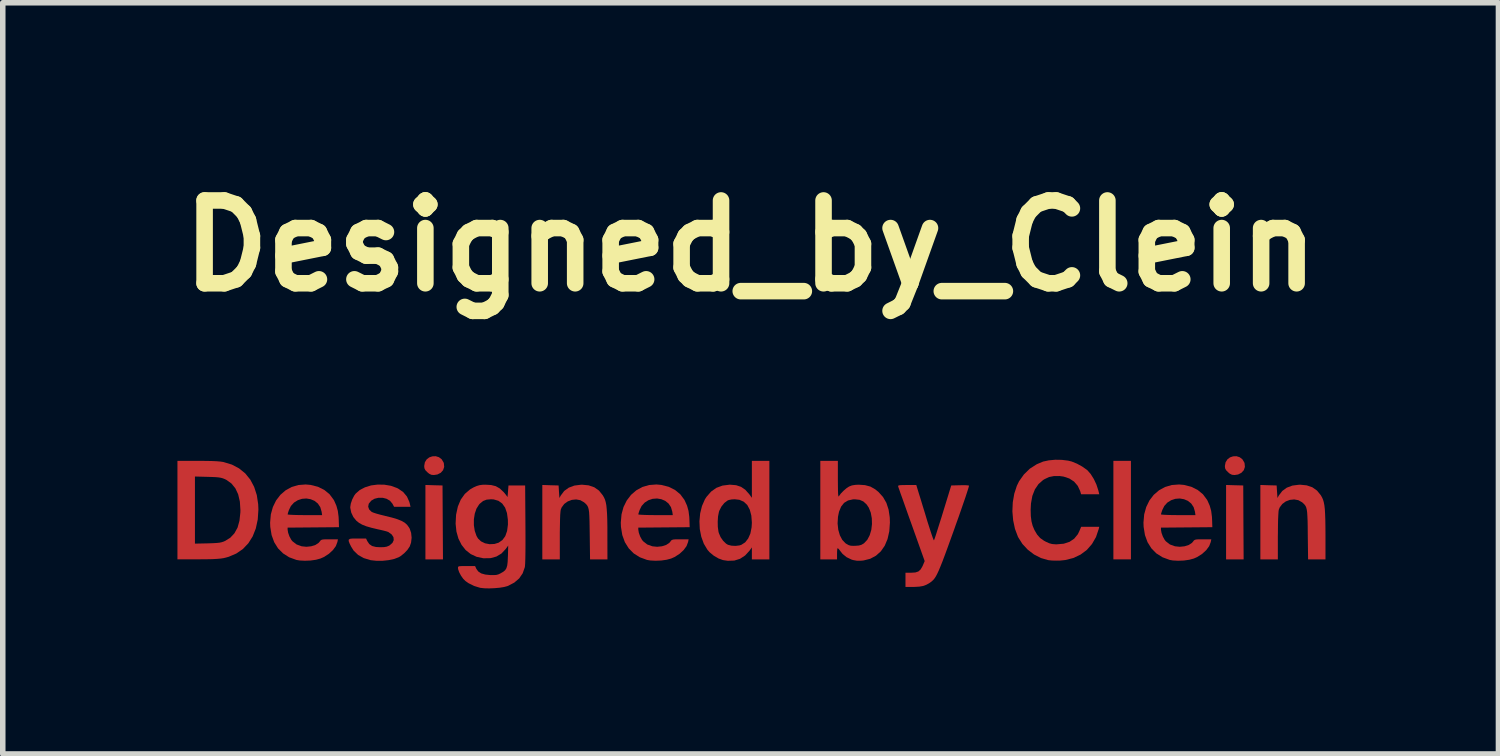
<source format=kicad_pcb>
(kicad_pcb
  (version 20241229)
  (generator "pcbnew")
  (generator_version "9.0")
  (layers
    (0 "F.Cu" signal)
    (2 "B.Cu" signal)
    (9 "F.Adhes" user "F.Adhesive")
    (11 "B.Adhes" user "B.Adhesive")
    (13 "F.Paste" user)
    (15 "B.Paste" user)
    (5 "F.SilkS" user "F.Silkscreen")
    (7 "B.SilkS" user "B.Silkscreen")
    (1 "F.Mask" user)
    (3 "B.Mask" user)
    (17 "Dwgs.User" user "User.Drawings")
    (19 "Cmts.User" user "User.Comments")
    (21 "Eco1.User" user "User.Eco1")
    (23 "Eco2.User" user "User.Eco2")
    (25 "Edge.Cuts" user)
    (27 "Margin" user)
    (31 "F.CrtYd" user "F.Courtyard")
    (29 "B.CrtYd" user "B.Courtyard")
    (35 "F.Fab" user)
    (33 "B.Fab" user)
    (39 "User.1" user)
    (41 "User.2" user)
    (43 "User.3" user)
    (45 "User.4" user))
  (footprint "Designed_by_Clein"
    (layer "F.Cu")
    (at 10.55 6.404)
    (property "Reference" "Designed_by_Clein" (at 0 -5 0) (layer "F.SilkS") (effects (font (size 1.5 1.5) (thickness 0.3))))
    (attr board_only exclude_from_pos_files exclude_from_bom)
    (fp_poly (pts (xy -5.737 -0.662) (xy -5.582 -0.658) (xy -5.578 0.011) (xy -5.574 0.681) (xy -5.733 0.681) (xy -5.892 0.681) (xy -5.892 0.007) (xy -5.892 -0.667)) (stroke (width 0) (type solid)) (fill yes) (layers "F.Cu" "F.Mask"))
    (fp_poly (pts (xy 6.891 -0.212) (xy 6.891 0.681) (xy 6.732 0.681) (xy 6.573 0.681) (xy 6.573 -0.212) (xy 6.573 -1.104) (xy 6.732 -1.104) (xy 6.891 -1.104)) (stroke (width 0) (type solid)) (fill yes) (layers "F.Cu" "F.Mask"))
    (fp_poly (pts (xy 8.77 -0.662) (xy 8.926 -0.658) (xy 8.929 0.011) (xy 8.933 0.681) (xy 8.774 0.681) (xy 8.615 0.681) (xy 8.615 0.007) (xy 8.615 -0.667)) (stroke (width 0) (type solid)) (fill yes) (layers "F.Cu" "F.Mask"))
    (fp_poly (pts (xy -5.647 -1.17) (xy -5.598 -1.133) (xy -5.563 -1.075) (xy -5.558 -1.06) (xy -5.552 -0.994) (xy -5.572 -0.935) (xy -5.614 -0.888) (xy -5.675 -0.857) (xy -5.74 -0.847) (xy -5.787 -0.852) (xy -5.826 -0.872) (xy -5.858 -0.899) (xy -5.894 -0.936) (xy -5.91 -0.97) (xy -5.914 -1.01) (xy -5.902 -1.078) (xy -5.869 -1.131) (xy -5.822 -1.167) (xy -5.765 -1.186) (xy -5.705 -1.188)) (stroke (width 0) (type solid)) (fill yes) (layers "F.Cu" "F.Mask"))
    (fp_poly (pts (xy 8.861 -1.17) (xy 8.91 -1.133) (xy 8.945 -1.075) (xy 8.95 -1.06) (xy 8.956 -0.994) (xy 8.936 -0.935) (xy 8.893 -0.888) (xy 8.833 -0.857) (xy 8.768 -0.847) (xy 8.721 -0.852) (xy 8.681 -0.872) (xy 8.65 -0.899) (xy 8.614 -0.936) (xy 8.597 -0.97) (xy 8.593 -1.01) (xy 8.606 -1.078) (xy 8.639 -1.131) (xy 8.686 -1.167) (xy 8.743 -1.186) (xy 8.803 -1.188)) (stroke (width 0) (type solid)) (fill yes) (layers "F.Cu" "F.Mask"))
    (fp_poly (pts (xy -2.934 -0.66) (xy -2.832 -0.625) (xy -2.747 -0.565) (xy -2.679 -0.48) (xy -2.655 -0.439) (xy -2.638 -0.4) (xy -2.625 -0.355) (xy -2.614 -0.299) (xy -2.607 -0.229) (xy -2.601 -0.143) (xy -2.597 -0.035) (xy -2.595 0.096) (xy -2.595 0.246) (xy -2.594 0.681) (xy -2.752 0.681) (xy -2.909 0.681) (xy -2.915 0.231) (xy -2.917 0.094) (xy -2.919 -0.016) (xy -2.922 -0.102) (xy -2.926 -0.17) (xy -2.933 -0.22) (xy -2.943 -0.259) (xy -2.956 -0.288) (xy -2.974 -0.312) (xy -2.996 -0.334) (xy -3.018 -0.353) (xy -3.085 -0.391) (xy -3.161 -0.405) (xy -3.239 -0.397) (xy -3.313 -0.369) (xy -3.377 -0.323) (xy -3.423 -0.261) (xy -3.44 -0.219) (xy -3.445 -0.184) (xy -3.45 -0.121) (xy -3.453 -0.034) (xy -3.455 0.075) (xy -3.457 0.202) (xy -3.457 0.261) (xy -3.457 0.681) (xy -3.616 0.681) (xy -3.774 0.681) (xy -3.774 0.007) (xy -3.774 -0.667) (xy -3.627 -0.662) (xy -3.479 -0.658) (xy -3.472 -0.545) (xy -3.464 -0.431) (xy -3.439 -0.477) (xy -3.378 -0.558) (xy -3.295 -0.618) (xy -3.194 -0.656) (xy -3.075 -0.671) (xy -3.054 -0.672)) (stroke (width 0) (type solid)) (fill yes) (layers "F.Cu" "F.Mask"))
    (fp_poly (pts (xy 10.076 -0.66) (xy 10.178 -0.625) (xy 10.263 -0.565) (xy 10.332 -0.48) (xy 10.355 -0.439) (xy 10.372 -0.4) (xy 10.385 -0.355) (xy 10.396 -0.299) (xy 10.404 -0.229) (xy 10.409 -0.143) (xy 10.413 -0.035) (xy 10.415 0.096) (xy 10.416 0.246) (xy 10.416 0.681) (xy 10.258 0.681) (xy 10.101 0.681) (xy 10.095 0.231) (xy 10.094 0.094) (xy 10.092 -0.016) (xy 10.088 -0.102) (xy 10.084 -0.17) (xy 10.077 -0.22) (xy 10.067 -0.259) (xy 10.054 -0.288) (xy 10.036 -0.312) (xy 10.014 -0.334) (xy 9.993 -0.353) (xy 9.925 -0.391) (xy 9.85 -0.405) (xy 9.771 -0.397) (xy 9.697 -0.369) (xy 9.634 -0.323) (xy 9.587 -0.261) (xy 9.57 -0.219) (xy 9.565 -0.184) (xy 9.561 -0.121) (xy 9.557 -0.034) (xy 9.555 0.075) (xy 9.554 0.202) (xy 9.553 0.261) (xy 9.553 0.681) (xy 9.395 0.681) (xy 9.236 0.681) (xy 9.236 0.007) (xy 9.236 -0.667) (xy 9.383 -0.662) (xy 9.531 -0.658) (xy 9.538 -0.545) (xy 9.546 -0.431) (xy 9.571 -0.477) (xy 9.633 -0.558) (xy 9.715 -0.618) (xy 9.816 -0.656) (xy 9.935 -0.671) (xy 9.956 -0.672)) (stroke (width 0) (type solid)) (fill yes) (layers "F.Cu" "F.Mask"))
    (fp_poly (pts (xy -10.019 -1.104) (xy -9.879 -1.103) (xy -9.765 -1.101) (xy -9.676 -1.097) (xy -9.606 -1.091) (xy -9.552 -1.083) (xy -9.546 -1.081) (xy -9.398 -1.036) (xy -9.268 -0.967) (xy -9.156 -0.876) (xy -9.065 -0.764) (xy -8.995 -0.632) (xy -8.947 -0.483) (xy -8.922 -0.317) (xy -8.918 -0.221) (xy -8.93 -0.041) (xy -8.965 0.121) (xy -9.022 0.265) (xy -9.1 0.389) (xy -9.199 0.493) (xy -9.318 0.575) (xy -9.456 0.634) (xy -9.546 0.658) (xy -9.597 0.666) (xy -9.665 0.672) (xy -9.752 0.677) (xy -9.861 0.679) (xy -9.997 0.68) (xy -10.019 0.68) (xy -10.385 0.681) (xy -10.385 -0.212) (xy -10.068 -0.212) (xy -10.068 0.396) (xy -9.837 0.391) (xy -9.745 0.388) (xy -9.676 0.384) (xy -9.626 0.379) (xy -9.586 0.371) (xy -9.552 0.36) (xy -9.526 0.349) (xy -9.429 0.29) (xy -9.353 0.209) (xy -9.296 0.106) (xy -9.261 -0.02) (xy -9.245 -0.168) (xy -9.244 -0.212) (xy -9.254 -0.366) (xy -9.285 -0.498) (xy -9.336 -0.607) (xy -9.407 -0.694) (xy -9.498 -0.759) (xy -9.526 -0.773) (xy -9.561 -0.787) (xy -9.597 -0.797) (xy -9.639 -0.804) (xy -9.694 -0.809) (xy -9.768 -0.812) (xy -9.837 -0.814) (xy -10.068 -0.82) (xy -10.068 -0.212) (xy -10.385 -0.212) (xy -10.385 -1.104)) (stroke (width 0) (type solid)) (fill yes) (layers "F.Cu" "F.Mask"))
    (fp_poly (pts (xy 0.34 -0.212) (xy 0.34 0.681) (xy 0.182 0.681) (xy 0.023 0.681) (xy 0.023 0.573) (xy 0.023 0.464) (xy -0.02 0.524) (xy -0.1 0.611) (xy -0.192 0.671) (xy -0.296 0.703) (xy -0.413 0.707) (xy -0.501 0.694) (xy -0.583 0.664) (xy -0.668 0.614) (xy -0.744 0.551) (xy -0.782 0.507) (xy -0.848 0.397) (xy -0.894 0.27) (xy -0.921 0.132) (xy -0.927 -0.003) (xy -0.596 -0.003) (xy -0.594 0.094) (xy -0.582 0.18) (xy -0.575 0.205) (xy -0.544 0.278) (xy -0.498 0.344) (xy -0.445 0.396) (xy -0.41 0.417) (xy -0.347 0.433) (xy -0.272 0.437) (xy -0.201 0.428) (xy -0.169 0.418) (xy -0.099 0.373) (xy -0.044 0.303) (xy -0.004 0.212) (xy 0.018 0.101) (xy 0.023 0.015) (xy 0.013 -0.113) (xy -0.015 -0.219) (xy -0.06 -0.303) (xy -0.123 -0.363) (xy -0.202 -0.398) (xy -0.286 -0.408) (xy -0.343 -0.405) (xy -0.393 -0.395) (xy -0.415 -0.387) (xy -0.476 -0.341) (xy -0.529 -0.275) (xy -0.568 -0.198) (xy -0.574 -0.179) (xy -0.59 -0.099) (xy -0.596 -0.003) (xy -0.927 -0.003) (xy -0.927 -0.011) (xy -0.914 -0.152) (xy -0.881 -0.286) (xy -0.828 -0.407) (xy -0.798 -0.453) (xy -0.716 -0.547) (xy -0.62 -0.615) (xy -0.509 -0.656) (xy -0.382 -0.672) (xy -0.371 -0.672) (xy -0.263 -0.663) (xy -0.173 -0.633) (xy -0.096 -0.58) (xy -0.025 -0.5) (xy -0.02 -0.494) (xy 0.023 -0.434) (xy 0.023 -0.769) (xy 0.023 -1.104) (xy 0.182 -1.104) (xy 0.34 -1.104)) (stroke (width 0) (type solid)) (fill yes) (layers "F.Cu" "F.Mask"))
    (fp_poly (pts (xy 3.047 -0.518) (xy 3.065 -0.461) (xy 3.09 -0.38) (xy 3.119 -0.284) (xy 3.152 -0.178) (xy 3.185 -0.068) (xy 3.202 -0.011) (xy 3.233 0.086) (xy 3.261 0.173) (xy 3.285 0.245) (xy 3.304 0.299) (xy 3.317 0.33) (xy 3.322 0.336) (xy 3.329 0.32) (xy 3.344 0.278) (xy 3.365 0.213) (xy 3.391 0.13) (xy 3.422 0.032) (xy 3.457 -0.078) (xy 3.484 -0.166) (xy 3.635 -0.658) (xy 3.79 -0.662) (xy 3.856 -0.663) (xy 3.911 -0.662) (xy 3.947 -0.658) (xy 3.957 -0.655) (xy 3.954 -0.639) (xy 3.942 -0.597) (xy 3.921 -0.532) (xy 3.893 -0.446) (xy 3.857 -0.342) (xy 3.816 -0.223) (xy 3.77 -0.091) (xy 3.719 0.051) (xy 3.686 0.145) (xy 3.621 0.325) (xy 3.565 0.48) (xy 3.517 0.61) (xy 3.476 0.719) (xy 3.44 0.809) (xy 3.41 0.881) (xy 3.383 0.939) (xy 3.359 0.985) (xy 3.336 1.021) (xy 3.314 1.049) (xy 3.291 1.071) (xy 3.267 1.091) (xy 3.243 1.108) (xy 3.185 1.141) (xy 3.126 1.163) (xy 3.057 1.175) (xy 2.969 1.18) (xy 2.939 1.18) (xy 2.806 1.18) (xy 2.806 1.051) (xy 2.806 0.923) (xy 2.91 0.923) (xy 2.986 0.918) (xy 3.04 0.9) (xy 3.08 0.864) (xy 3.114 0.806) (xy 3.122 0.788) (xy 3.154 0.712) (xy 2.918 0.05) (xy 2.869 -0.086) (xy 2.824 -0.213) (xy 2.783 -0.329) (xy 2.747 -0.431) (xy 2.716 -0.516) (xy 2.694 -0.581) (xy 2.679 -0.623) (xy 2.674 -0.639) (xy 2.673 -0.651) (xy 2.682 -0.658) (xy 2.706 -0.663) (xy 2.748 -0.665) (xy 2.815 -0.666) (xy 2.834 -0.666) (xy 3.002 -0.666)) (stroke (width 0) (type solid)) (fill yes) (layers "F.Cu" "F.Mask"))
    (fp_poly (pts (xy -7.972 -0.668) (xy -7.839 -0.634) (xy -7.724 -0.577) (xy -7.629 -0.499) (xy -7.555 -0.4) (xy -7.545 -0.382) (xy -7.505 -0.291) (xy -7.479 -0.197) (xy -7.465 -0.088) (xy -7.462 -0.023) (xy -7.458 0.098) (xy -7.923 0.102) (xy -8.389 0.106) (xy -8.389 0.142) (xy -8.379 0.2) (xy -8.355 0.267) (xy -8.322 0.327) (xy -8.301 0.353) (xy -8.226 0.411) (xy -8.135 0.444) (xy -8.048 0.453) (xy -7.961 0.444) (xy -7.885 0.42) (xy -7.827 0.382) (xy -7.806 0.357) (xy -7.792 0.339) (xy -7.777 0.328) (xy -7.752 0.321) (xy -7.712 0.318) (xy -7.65 0.318) (xy -7.628 0.318) (xy -7.477 0.318) (xy -7.487 0.367) (xy -7.515 0.441) (xy -7.569 0.514) (xy -7.642 0.581) (xy -7.731 0.638) (xy -7.794 0.666) (xy -7.875 0.688) (xy -7.973 0.702) (xy -8.077 0.706) (xy -8.172 0.701) (xy -8.23 0.691) (xy -8.361 0.643) (xy -8.471 0.573) (xy -8.562 0.482) (xy -8.632 0.37) (xy -8.679 0.241) (xy -8.703 0.093) (xy -8.706 0.015) (xy -8.693 -0.133) (xy -8.693 -0.134) (xy -8.389 -0.134) (xy -8.374 -0.13) (xy -8.334 -0.127) (xy -8.272 -0.124) (xy -8.194 -0.122) (xy -8.103 -0.121) (xy -8.076 -0.121) (xy -7.764 -0.121) (xy -7.773 -0.183) (xy -7.797 -0.265) (xy -7.841 -0.331) (xy -7.901 -0.379) (xy -7.972 -0.409) (xy -8.049 -0.422) (xy -8.128 -0.416) (xy -8.204 -0.391) (xy -8.273 -0.348) (xy -8.329 -0.286) (xy -8.365 -0.213) (xy -8.379 -0.171) (xy -8.387 -0.141) (xy -8.389 -0.134) (xy -8.693 -0.134) (xy -8.656 -0.267) (xy -8.598 -0.386) (xy -8.52 -0.488) (xy -8.425 -0.57) (xy -8.316 -0.63) (xy -8.193 -0.666) (xy -8.061 -0.676)) (stroke (width 0) (type solid)) (fill yes) (layers "F.Cu" "F.Mask"))
    (fp_poly (pts (xy -1.618 -0.668) (xy -1.485 -0.634) (xy -1.37 -0.577) (xy -1.275 -0.499) (xy -1.201 -0.4) (xy -1.192 -0.382) (xy -1.151 -0.291) (xy -1.125 -0.197) (xy -1.111 -0.088) (xy -1.108 -0.023) (xy -1.104 0.098) (xy -1.57 0.102) (xy -2.035 0.106) (xy -2.035 0.142) (xy -2.025 0.2) (xy -2.001 0.267) (xy -1.968 0.327) (xy -1.947 0.353) (xy -1.873 0.411) (xy -1.781 0.444) (xy -1.694 0.453) (xy -1.607 0.444) (xy -1.531 0.42) (xy -1.473 0.382) (xy -1.452 0.357) (xy -1.439 0.339) (xy -1.423 0.328) (xy -1.398 0.321) (xy -1.358 0.318) (xy -1.296 0.318) (xy -1.275 0.318) (xy -1.123 0.318) (xy -1.133 0.367) (xy -1.161 0.441) (xy -1.215 0.514) (xy -1.288 0.581) (xy -1.377 0.638) (xy -1.44 0.666) (xy -1.522 0.688) (xy -1.62 0.702) (xy -1.723 0.706) (xy -1.819 0.701) (xy -1.877 0.691) (xy -2.007 0.643) (xy -2.118 0.573) (xy -2.208 0.482) (xy -2.278 0.37) (xy -2.325 0.241) (xy -2.349 0.093) (xy -2.352 0.015) (xy -2.339 -0.133) (xy -2.339 -0.134) (xy -2.035 -0.134) (xy -2.02 -0.13) (xy -1.98 -0.127) (xy -1.919 -0.124) (xy -1.84 -0.122) (xy -1.749 -0.121) (xy -1.723 -0.121) (xy -1.41 -0.121) (xy -1.419 -0.183) (xy -1.443 -0.265) (xy -1.487 -0.331) (xy -1.547 -0.379) (xy -1.618 -0.409) (xy -1.695 -0.422) (xy -1.775 -0.416) (xy -1.851 -0.391) (xy -1.919 -0.348) (xy -1.975 -0.286) (xy -2.011 -0.213) (xy -2.025 -0.171) (xy -2.034 -0.141) (xy -2.035 -0.134) (xy -2.339 -0.134) (xy -2.303 -0.267) (xy -2.244 -0.386) (xy -2.166 -0.488) (xy -2.071 -0.57) (xy -1.962 -0.63) (xy -1.839 -0.666) (xy -1.707 -0.676)) (stroke (width 0) (type solid)) (fill yes) (layers "F.Cu" "F.Mask"))
    (fp_poly (pts (xy 5.639 -1.122) (xy 5.752 -1.108) (xy 5.817 -1.092) (xy 5.913 -1.053) (xy 6.008 -1.001) (xy 6.089 -0.944) (xy 6.103 -0.933) (xy 6.162 -0.865) (xy 6.218 -0.776) (xy 6.266 -0.674) (xy 6.301 -0.566) (xy 6.307 -0.541) (xy 6.317 -0.499) (xy 6.152 -0.499) (xy 5.988 -0.499) (xy 5.971 -0.557) (xy 5.927 -0.651) (xy 5.861 -0.728) (xy 5.775 -0.784) (xy 5.671 -0.819) (xy 5.597 -0.829) (xy 5.495 -0.828) (xy 5.408 -0.811) (xy 5.327 -0.773) (xy 5.299 -0.756) (xy 5.216 -0.683) (xy 5.151 -0.587) (xy 5.105 -0.47) (xy 5.08 -0.333) (xy 5.074 -0.219) (xy 5.077 -0.104) (xy 5.089 -0.009) (xy 5.11 0.072) (xy 5.142 0.148) (xy 5.143 0.15) (xy 5.192 0.233) (xy 5.247 0.295) (xy 5.317 0.344) (xy 5.351 0.362) (xy 5.41 0.389) (xy 5.462 0.403) (xy 5.522 0.408) (xy 5.552 0.408) (xy 5.675 0.397) (xy 5.779 0.363) (xy 5.863 0.306) (xy 5.928 0.227) (xy 5.954 0.174) (xy 5.989 0.091) (xy 6.153 0.091) (xy 6.317 0.091) (xy 6.307 0.132) (xy 6.258 0.277) (xy 6.185 0.403) (xy 6.092 0.51) (xy 5.979 0.594) (xy 5.848 0.656) (xy 5.702 0.693) (xy 5.607 0.703) (xy 5.534 0.704) (xy 5.461 0.702) (xy 5.401 0.696) (xy 5.393 0.695) (xy 5.261 0.657) (xy 5.136 0.593) (xy 5.022 0.506) (xy 4.925 0.402) (xy 4.85 0.283) (xy 4.844 0.272) (xy 4.79 0.129) (xy 4.757 -0.027) (xy 4.743 -0.189) (xy 4.75 -0.352) (xy 4.777 -0.508) (xy 4.824 -0.652) (xy 4.864 -0.734) (xy 4.952 -0.858) (xy 5.059 -0.962) (xy 5.185 -1.043) (xy 5.3 -1.091) (xy 5.402 -1.113) (xy 5.519 -1.124)) (stroke (width 0) (type solid)) (fill yes) (layers "F.Cu" "F.Mask"))
    (fp_poly (pts (xy 7.852 -0.668) (xy 7.985 -0.634) (xy 8.1 -0.577) (xy 8.195 -0.499) (xy 8.269 -0.4) (xy 8.279 -0.382) (xy 8.319 -0.291) (xy 8.345 -0.197) (xy 8.359 -0.088) (xy 8.362 -0.023) (xy 8.366 0.098) (xy 7.901 0.102) (xy 7.435 0.106) (xy 7.435 0.142) (xy 7.445 0.2) (xy 7.469 0.267) (xy 7.502 0.327) (xy 7.523 0.353) (xy 7.597 0.411) (xy 7.689 0.444) (xy 7.776 0.453) (xy 7.863 0.444) (xy 7.939 0.42) (xy 7.997 0.382) (xy 8.018 0.357) (xy 8.032 0.339) (xy 8.047 0.328) (xy 8.072 0.321) (xy 8.112 0.318) (xy 8.174 0.318) (xy 8.195 0.318) (xy 8.347 0.318) (xy 8.337 0.367) (xy 8.309 0.441) (xy 8.255 0.514) (xy 8.182 0.581) (xy 8.093 0.638) (xy 8.03 0.666) (xy 7.949 0.688) (xy 7.85 0.702) (xy 7.747 0.706) (xy 7.651 0.701) (xy 7.594 0.691) (xy 7.463 0.643) (xy 7.352 0.573) (xy 7.262 0.482) (xy 7.192 0.37) (xy 7.145 0.241) (xy 7.121 0.093) (xy 7.118 0.015) (xy 7.131 -0.133) (xy 7.131 -0.134) (xy 7.435 -0.134) (xy 7.45 -0.13) (xy 7.49 -0.127) (xy 7.552 -0.124) (xy 7.63 -0.122) (xy 7.721 -0.121) (xy 7.748 -0.121) (xy 8.06 -0.121) (xy 8.051 -0.183) (xy 8.027 -0.265) (xy 7.983 -0.331) (xy 7.923 -0.379) (xy 7.852 -0.409) (xy 7.775 -0.422) (xy 7.696 -0.416) (xy 7.62 -0.391) (xy 7.551 -0.348) (xy 7.495 -0.286) (xy 7.459 -0.213) (xy 7.445 -0.171) (xy 7.436 -0.141) (xy 7.435 -0.134) (xy 7.131 -0.134) (xy 7.168 -0.267) (xy 7.226 -0.386) (xy 7.304 -0.488) (xy 7.399 -0.57) (xy 7.508 -0.63) (xy 7.631 -0.666) (xy 7.763 -0.676)) (stroke (width 0) (type solid)) (fill yes) (layers "F.Cu" "F.Mask"))
    (fp_poly (pts (xy 1.581 -0.768) (xy 1.582 -0.654) (xy 1.583 -0.569) (xy 1.585 -0.509) (xy 1.589 -0.473) (xy 1.593 -0.458) (xy 1.598 -0.461) (xy 1.634 -0.511) (xy 1.686 -0.564) (xy 1.742 -0.612) (xy 1.785 -0.639) (xy 1.836 -0.659) (xy 1.898 -0.669) (xy 1.959 -0.672) (xy 2.073 -0.664) (xy 2.17 -0.638) (xy 2.258 -0.588) (xy 2.316 -0.541) (xy 2.399 -0.449) (xy 2.46 -0.343) (xy 2.5 -0.221) (xy 2.521 -0.079) (xy 2.524 0.015) (xy 2.513 0.172) (xy 2.481 0.313) (xy 2.43 0.434) (xy 2.36 0.535) (xy 2.272 0.614) (xy 2.168 0.67) (xy 2.05 0.7) (xy 2.009 0.705) (xy 1.928 0.706) (xy 1.86 0.694) (xy 1.829 0.685) (xy 1.738 0.641) (xy 1.666 0.582) (xy 1.624 0.529) (xy 1.599 0.496) (xy 1.581 0.48) (xy 1.575 0.48) (xy 1.57 0.499) (xy 1.567 0.539) (xy 1.566 0.585) (xy 1.566 0.681) (xy 1.414 0.681) (xy 1.263 0.681) (xy 1.263 0.03) (xy 1.576 0.03) (xy 1.588 0.143) (xy 1.617 0.244) (xy 1.661 0.328) (xy 1.72 0.39) (xy 1.739 0.402) (xy 1.779 0.424) (xy 1.817 0.434) (xy 1.867 0.436) (xy 1.9 0.435) (xy 1.962 0.43) (xy 2.006 0.418) (xy 2.045 0.396) (xy 2.057 0.387) (xy 2.115 0.325) (xy 2.158 0.243) (xy 2.187 0.146) (xy 2.199 0.042) (xy 2.196 -0.064) (xy 2.177 -0.166) (xy 2.141 -0.256) (xy 2.101 -0.315) (xy 2.043 -0.368) (xy 1.975 -0.398) (xy 1.891 -0.407) (xy 1.853 -0.406) (xy 1.765 -0.386) (xy 1.694 -0.343) (xy 1.64 -0.275) (xy 1.602 -0.182) (xy 1.583 -0.09) (xy 1.576 0.03) (xy 1.263 0.03) (xy 1.263 -0.212) (xy 1.263 -1.104) (xy 1.422 -1.104) (xy 1.581 -1.104)) (stroke (width 0) (type solid)) (fill yes) (layers "F.Cu" "F.Mask"))
    (fp_poly (pts (xy -6.636 -0.672) (xy -6.517 -0.652) (xy -6.407 -0.612) (xy -6.387 -0.602) (xy -6.294 -0.538) (xy -6.227 -0.458) (xy -6.183 -0.36) (xy -6.173 -0.321) (xy -6.162 -0.272) (xy -6.311 -0.272) (xy -6.46 -0.272) (xy -6.49 -0.328) (xy -6.534 -0.381) (xy -6.596 -0.417) (xy -6.667 -0.435) (xy -6.742 -0.435) (xy -6.813 -0.418) (xy -6.873 -0.383) (xy -6.916 -0.331) (xy -6.919 -0.327) (xy -6.929 -0.274) (xy -6.912 -0.224) (xy -6.869 -0.182) (xy -6.861 -0.177) (xy -6.83 -0.164) (xy -6.777 -0.147) (xy -6.708 -0.128) (xy -6.631 -0.109) (xy -6.621 -0.106) (xy -6.498 -0.076) (xy -6.401 -0.047) (xy -6.326 -0.017) (xy -6.268 0.016) (xy -6.224 0.055) (xy -6.19 0.102) (xy -6.176 0.126) (xy -6.151 0.201) (xy -6.142 0.289) (xy -6.152 0.377) (xy -6.176 0.447) (xy -6.218 0.509) (xy -6.277 0.571) (xy -6.343 0.623) (xy -6.375 0.642) (xy -6.456 0.673) (xy -6.557 0.695) (xy -6.668 0.707) (xy -6.78 0.707) (xy -6.882 0.696) (xy -6.887 0.695) (xy -7.009 0.658) (xy -7.111 0.601) (xy -7.192 0.523) (xy -7.238 0.45) (xy -7.268 0.389) (xy -7.283 0.347) (xy -7.28 0.322) (xy -7.255 0.308) (xy -7.207 0.303) (xy -7.131 0.303) (xy -7.126 0.303) (xy -6.968 0.303) (xy -6.944 0.352) (xy -6.909 0.404) (xy -6.858 0.439) (xy -6.787 0.457) (xy -6.709 0.461) (xy -6.642 0.459) (xy -6.594 0.451) (xy -6.555 0.435) (xy -6.54 0.427) (xy -6.489 0.382) (xy -6.466 0.332) (xy -6.471 0.279) (xy -6.503 0.23) (xy -6.562 0.187) (xy -6.566 0.185) (xy -6.593 0.175) (xy -6.641 0.162) (xy -6.705 0.147) (xy -6.755 0.136) (xy -6.872 0.108) (xy -6.965 0.081) (xy -7.038 0.052) (xy -7.097 0.018) (xy -7.143 -0.019) (xy -7.198 -0.086) (xy -7.236 -0.167) (xy -7.253 -0.251) (xy -7.254 -0.265) (xy -7.244 -0.329) (xy -7.219 -0.403) (xy -7.183 -0.473) (xy -7.156 -0.51) (xy -7.081 -0.576) (xy -6.986 -0.625) (xy -6.876 -0.659) (xy -6.757 -0.674)) (stroke (width 0) (type solid)) (fill yes) (layers "F.Cu" "F.Mask"))
    (fp_poly (pts (xy -4.702 -0.666) (xy -4.617 -0.645) (xy -4.545 -0.604) (xy -4.479 -0.542) (xy -4.478 -0.542) (xy -4.443 -0.501) (xy -4.418 -0.467) (xy -4.407 -0.448) (xy -4.405 -0.454) (xy -4.401 -0.483) (xy -4.397 -0.531) (xy -4.396 -0.545) (xy -4.387 -0.658) (xy -4.236 -0.658) (xy -4.085 -0.658) (xy -4.08 0.045) (xy -4.079 0.248) (xy -4.079 0.42) (xy -4.08 0.562) (xy -4.082 0.674) (xy -4.085 0.757) (xy -4.089 0.811) (xy -4.092 0.826) (xy -4.13 0.934) (xy -4.193 1.026) (xy -4.282 1.102) (xy -4.394 1.161) (xy -4.408 1.166) (xy -4.468 1.182) (xy -4.549 1.195) (xy -4.642 1.203) (xy -4.737 1.207) (xy -4.824 1.205) (xy -4.896 1.197) (xy -4.905 1.195) (xy -5.009 1.163) (xy -5.11 1.113) (xy -5.166 1.074) (xy -5.208 1.032) (xy -5.248 0.975) (xy -5.28 0.915) (xy -5.299 0.86) (xy -5.302 0.837) (xy -5.301 0.821) (xy -5.294 0.811) (xy -5.275 0.805) (xy -5.239 0.803) (xy -5.181 0.802) (xy -5.147 0.802) (xy -4.992 0.802) (xy -4.97 0.851) (xy -4.935 0.9) (xy -4.882 0.935) (xy -4.808 0.956) (xy -4.721 0.965) (xy -4.655 0.966) (xy -4.608 0.963) (xy -4.57 0.953) (xy -4.532 0.935) (xy -4.483 0.907) (xy -4.448 0.878) (xy -4.425 0.842) (xy -4.41 0.793) (xy -4.402 0.727) (xy -4.398 0.636) (xy -4.397 0.623) (xy -4.392 0.431) (xy -4.439 0.495) (xy -4.514 0.575) (xy -4.606 0.63) (xy -4.713 0.659) (xy -4.834 0.661) (xy -4.842 0.661) (xy -4.964 0.635) (xy -5.071 0.585) (xy -5.163 0.512) (xy -5.237 0.418) (xy -5.294 0.305) (xy -5.33 0.177) (xy -5.345 0.035) (xy -5.341 -0.044) (xy -5.014 -0.044) (xy -5.014 0.063) (xy -4.998 0.165) (xy -4.966 0.257) (xy -4.939 0.303) (xy -4.884 0.355) (xy -4.812 0.39) (xy -4.728 0.406) (xy -4.642 0.402) (xy -4.566 0.379) (xy -4.497 0.331) (xy -4.445 0.26) (xy -4.412 0.166) (xy -4.397 0.051) (xy -4.398 -0.036) (xy -4.414 -0.157) (xy -4.448 -0.256) (xy -4.5 -0.33) (xy -4.569 -0.38) (xy -4.654 -0.405) (xy -4.703 -0.408) (xy -4.784 -0.401) (xy -4.848 -0.376) (xy -4.906 -0.328) (xy -4.921 -0.311) (xy -4.967 -0.238) (xy -4.998 -0.147) (xy -5.014 -0.044) (xy -5.341 -0.044) (xy -5.337 -0.119) (xy -5.336 -0.131) (xy -5.304 -0.277) (xy -5.252 -0.401) (xy -5.178 -0.505) (xy -5.084 -0.586) (xy -5.02 -0.623) (xy -4.961 -0.649) (xy -4.909 -0.664) (xy -4.852 -0.671) (xy -4.806 -0.672)) (stroke (width 0) (type solid)) (fill yes) (layers "F.Cu" "F.Mask")))
  (gr_rect
    (start -3 -3)
    (end 24.1 10.611)
    (stroke (width 0.1) (type default))
    (fill no)
    (layer "Edge.Cuts")))
</source>
